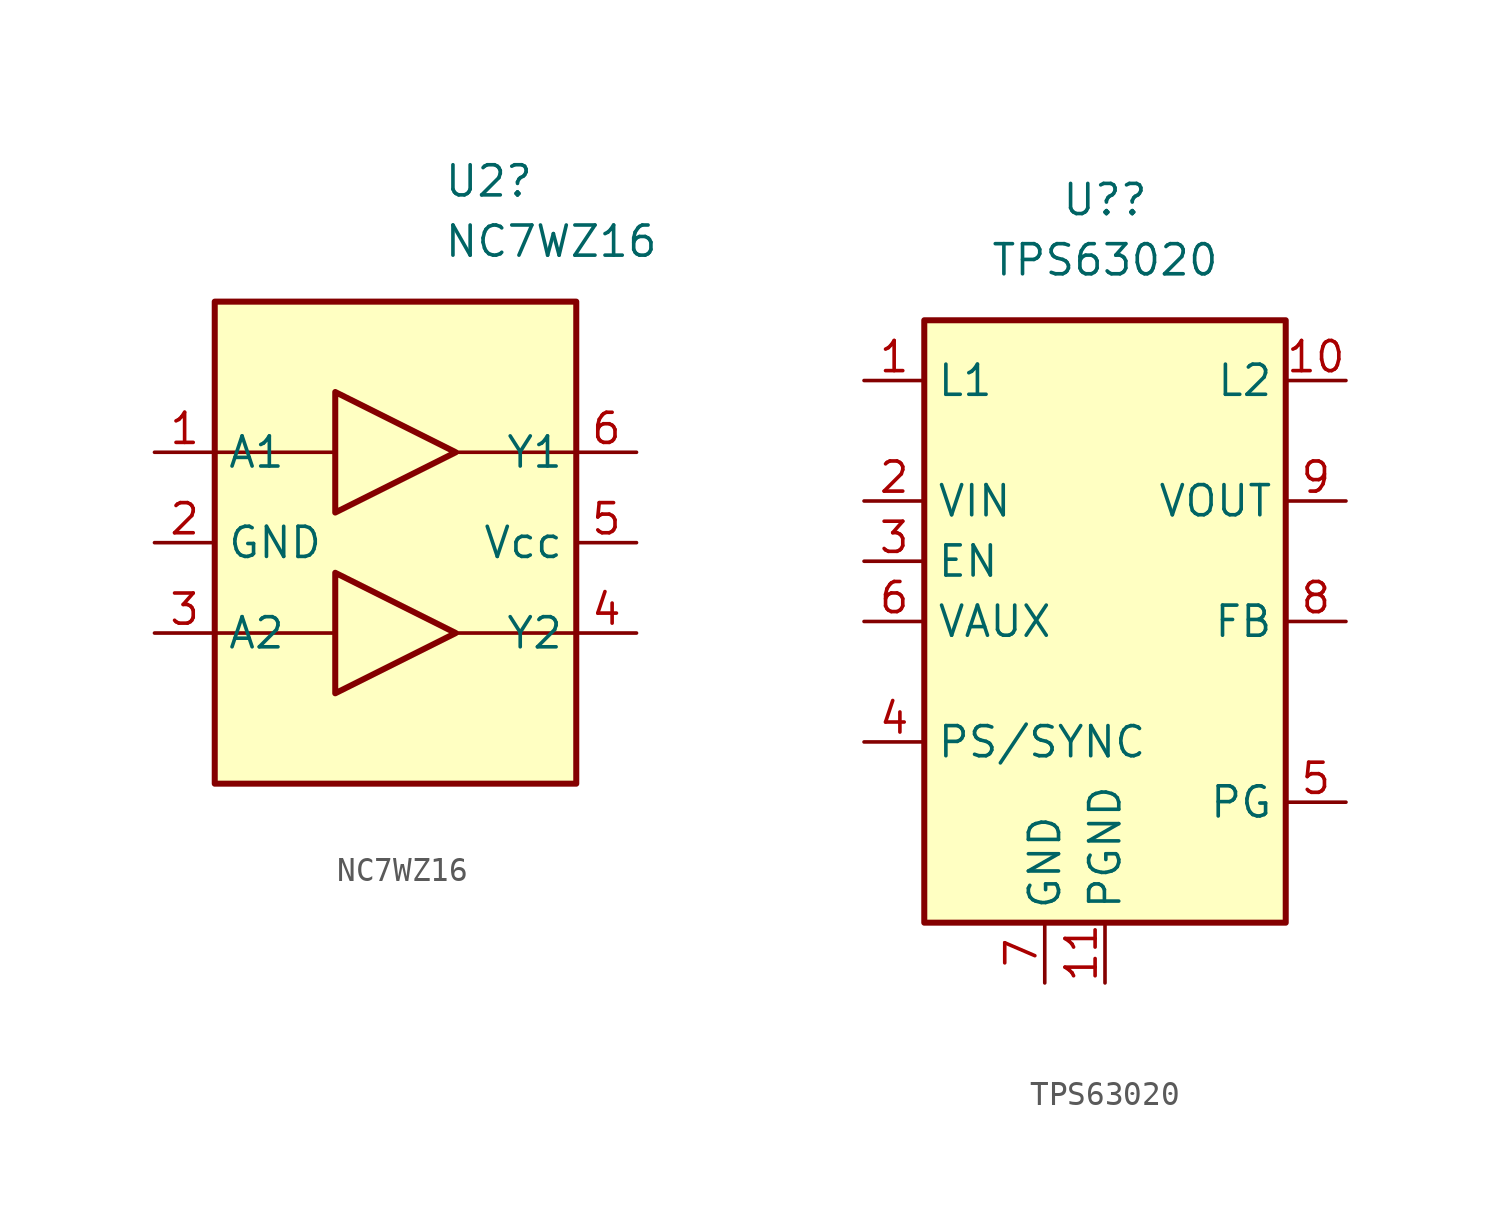
<source format=kicad_sym>
(kicad_symbol_lib
  (version 20211014)
  (generator kicad_symbol_editor)
  (symbol "NC7WZ16"
    (property "Reference" "U2"
      (at 2.019 15.24 0)
      (effects (font (size 1.27 1.27)) (justify left)))
    (property "Value" "NC7WZ16"
      (at 2.019 12.7 0)
      (effects (font (size 1.27 1.27)) (justify left)))
    (symbol "NC7WZ16_1_0"
      (rectangle (start -7.62 10.16) (end 7.62 -10.16) (stroke (width 0.254) (type default) (color 0 0 0 0)) (fill (type background)))
      (polyline (pts (xy -2.54 -3.81) (xy -3.81 -3.81) (xy -3.81 -3.81) (xy -7.62 -3.81)) (stroke (width 0) (type default) (color 0 0 0 0)) (fill (type none)))
      (polyline (pts (xy -2.54 3.81) (xy -7.62 3.81) (xy -3.81 3.81) (xy -3.81 3.81)) (stroke (width 0) (type default) (color 0 0 0 0)) (fill (type none)))
      (polyline (pts (xy 7.62 -3.81) (xy 2.54 -3.81) (xy 6.35 -3.81) (xy 6.35 -3.81)) (stroke (width 0) (type default) (color 0 0 0 0)) (fill (type none)))
      (polyline (pts (xy 7.62 3.81) (xy 2.54 3.81) (xy 6.35 3.81) (xy 6.35 3.81)) (stroke (width 0) (type default) (color 0 0 0 0)) (fill (type none))))
    (symbol "NC7WZ16_1_1"
      (polyline (pts (xy -2.54 -1.27) (xy -2.54 -6.35) (xy 2.54 -3.81) (xy -2.54 -1.27)) (stroke (width 0.254) (type default) (color 0 0 0 0)) (fill (type none)))
      (polyline (pts (xy -2.54 6.35) (xy -2.54 1.27) (xy 2.54 3.81) (xy -2.54 6.35)) (stroke (width 0.254) (type default) (color 0 0 0 0)) (fill (type none)))
      (pin input line (at -10.16 3.81 0) (length 2.54) (name "A1" (effects (font (size 1.27 1.27)))) (number "1" (effects (font (size 1.27 1.27)))))
      (pin power_in line (at -10.16 0 0) (length 2.54) (name "GND" (effects (font (size 1.27 1.27)))) (number "2" (effects (font (size 1.27 1.27)))))
      (pin input line (at -10.16 -3.81 0) (length 2.54) (name "A2" (effects (font (size 1.27 1.27)))) (number "3" (effects (font (size 1.27 1.27)))))
      (pin output line (at 10.16 -3.81 180) (length 2.54) (name "Y2" (effects (font (size 1.27 1.27)))) (number "4" (effects (font (size 1.27 1.27)))))
      (pin power_in line (at 10.16 0 180) (length 2.54) (name "Vcc" (effects (font (size 1.27 1.27)))) (number "5" (effects (font (size 1.27 1.27)))))
      (pin output line (at 10.16 3.81 180) (length 2.54) (name "Y1" (effects (font (size 1.27 1.27)))) (number "6" (effects (font (size 1.27 1.27)))))))
  (symbol "TPS63020"
    (property "Reference" "U?"
      (at 0 17.78 0)
      (effects (font (size 1.27 1.27))))
    (property "Value" "TPS63020"
      (at 0 15.24 0)
      (effects (font (size 1.27 1.27))))
    (symbol "TPS63020_0_1"
      (rectangle (start -7.62 12.7) (end 7.62 -12.7) (stroke (width 0.254) (type default) (color 0 0 0 0)) (fill (type background))))
    (symbol "TPS63020_1_1"
      (pin input line (at -10.16 10.16 0) (length 2.54) (name "L1" (effects (font (size 1.27 1.27)))) (number "1" (effects (font (size 1.27 1.27)))))
      (pin input line (at 10.16 10.16 180) (length 2.54) (name "L2" (effects (font (size 1.27 1.27)))) (number "10" (effects (font (size 1.27 1.27)))))
      (pin power_in line (at 0 -15.24 90) (length 2.54) (name "PGND" (effects (font (size 1.27 1.27)))) (number "11" (effects (font (size 1.27 1.27)))))
      (pin power_in line (at -10.16 5.08 0) (length 2.54) (name "VIN" (effects (font (size 1.27 1.27)))) (number "2" (effects (font (size 1.27 1.27)))))
      (pin input line (at -10.16 2.54 0) (length 2.54) (name "EN" (effects (font (size 1.27 1.27)))) (number "3" (effects (font (size 1.27 1.27)))))
      (pin input line (at -10.16 -5.08 0) (length 2.54) (name "PS/SYNC" (effects (font (size 1.27 1.27)))) (number "4" (effects (font (size 1.27 1.27)))))
      (pin output line (at 10.16 -7.62 180) (length 2.54) (name "PG" (effects (font (size 1.27 1.27)))) (number "5" (effects (font (size 1.27 1.27)))))
      (pin passive line (at -10.16 0 0) (length 2.54) (name "VAUX" (effects (font (size 1.27 1.27)))) (number "6" (effects (font (size 1.27 1.27)))))
      (pin power_in line (at -2.54 -15.24 90) (length 2.54) (name "GND" (effects (font (size 1.27 1.27)))) (number "7" (effects (font (size 1.27 1.27)))))
      (pin input line (at 10.16 0 180) (length 2.54) (name "FB" (effects (font (size 1.27 1.27)))) (number "8" (effects (font (size 1.27 1.27)))))
      (pin power_out line (at 10.16 5.08 180) (length 2.54) (name "VOUT" (effects (font (size 1.27 1.27)))) (number "9" (effects (font (size 1.27 1.27))))))))
</source>
